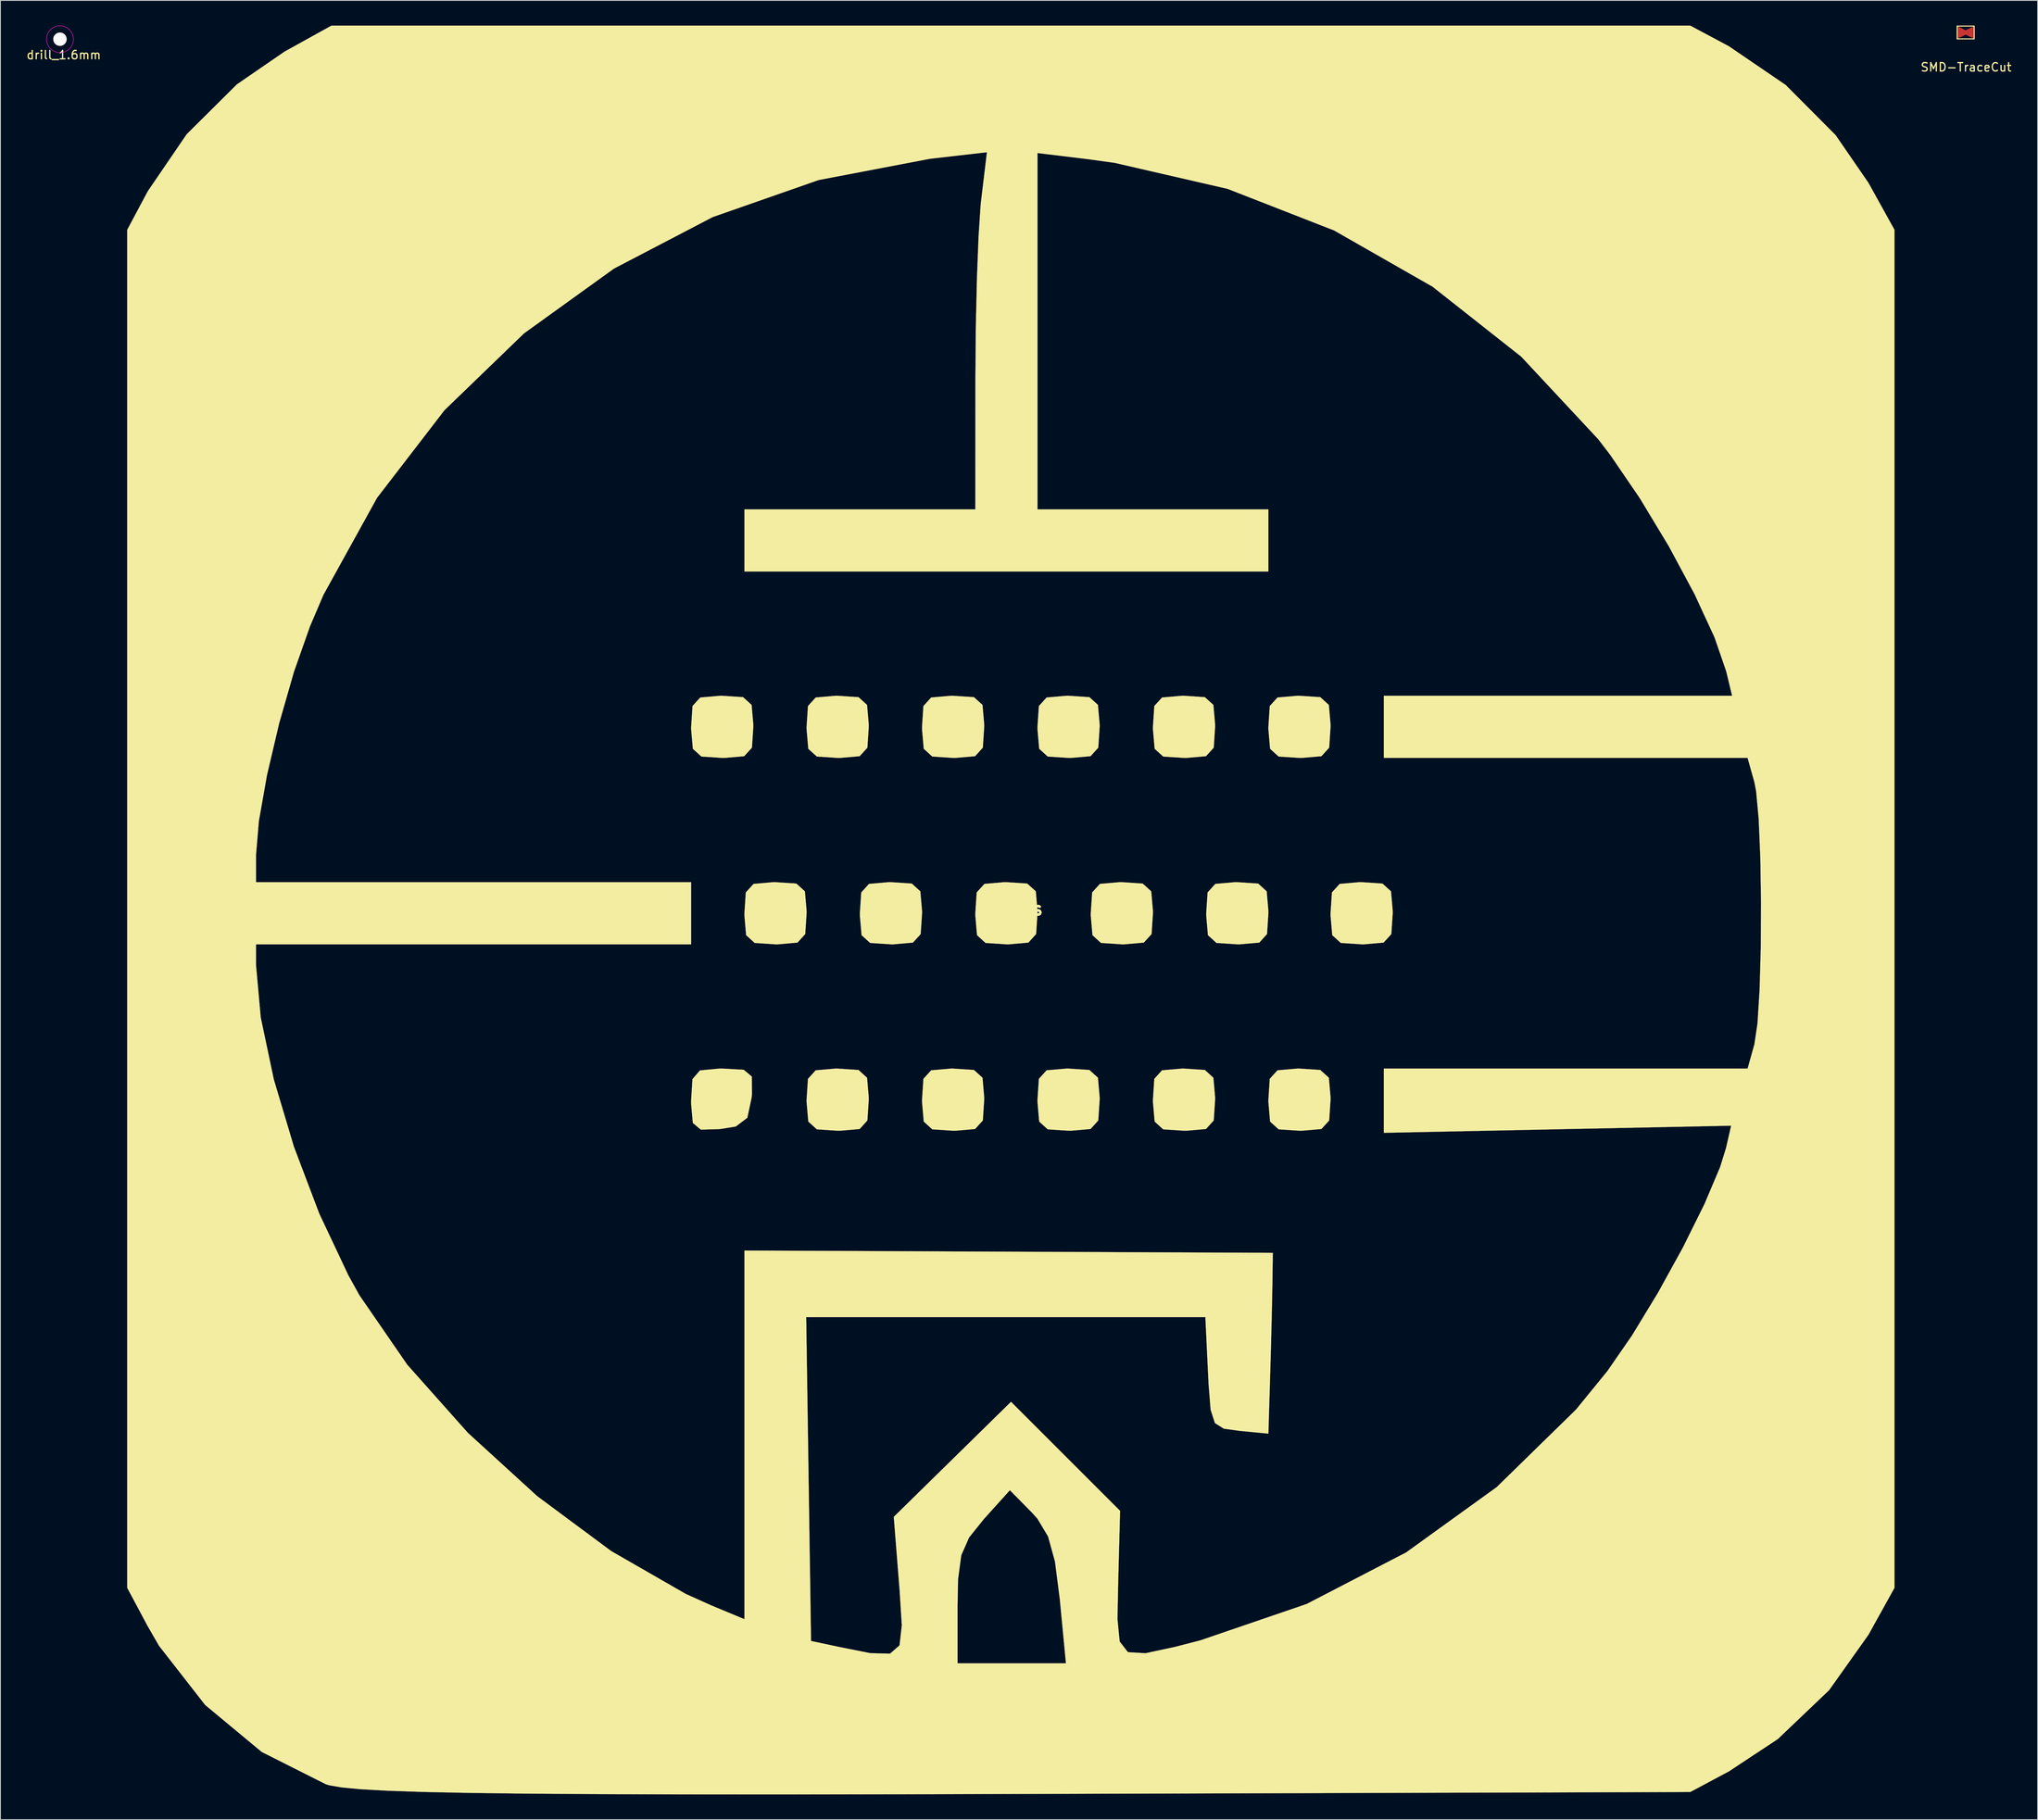
<source format=kicad_pcb>
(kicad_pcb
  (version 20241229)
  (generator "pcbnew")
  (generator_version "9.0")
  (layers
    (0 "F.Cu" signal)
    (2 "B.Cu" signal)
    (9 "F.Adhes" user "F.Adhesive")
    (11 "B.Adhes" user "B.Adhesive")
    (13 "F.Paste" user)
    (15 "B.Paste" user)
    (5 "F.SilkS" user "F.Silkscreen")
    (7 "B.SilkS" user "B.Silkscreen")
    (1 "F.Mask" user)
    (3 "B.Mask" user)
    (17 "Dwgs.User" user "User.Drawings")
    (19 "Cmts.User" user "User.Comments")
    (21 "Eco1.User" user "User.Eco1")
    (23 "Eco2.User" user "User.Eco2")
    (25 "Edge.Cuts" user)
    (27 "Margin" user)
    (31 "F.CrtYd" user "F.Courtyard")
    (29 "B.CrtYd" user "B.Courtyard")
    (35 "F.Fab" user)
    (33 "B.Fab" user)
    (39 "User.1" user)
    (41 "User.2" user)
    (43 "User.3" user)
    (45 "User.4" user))
  (footprint "SMD-TraceCut"
    (layer "F.Cu")
    (at 231.204 0.822)
    (property "Reference" "SMD-TraceCut" (at 0.051 4.14 0) (layer "F.SilkS") (effects (font (size 1 1) (thickness 0.15))))
    (attr through_hole)
    (fp_line (start -1.016 -0.762) (end 1.016 -0.762) (stroke (width 0.12) (type solid)) (layer "F.SilkS"))
    (fp_line (start -1.016 0.762) (end -1.016 -0.762) (stroke (width 0.12) (type solid)) (layer "F.SilkS"))
    (fp_line (start 1.016 -0.762) (end 1.016 0.762) (stroke (width 0.12) (type solid)) (layer "F.SilkS"))
    (fp_line (start 1.016 0.762) (end -1.016 0.762) (stroke (width 0.12) (type solid)) (layer "F.SilkS"))
    (pad "1" smd trapezoid (at -0.483 0 270) (size 1 1) (rect_delta 0 0.5) (layers "F.Cu" "F.Mask" "F.Paste"))
    (pad "1" smd trapezoid (at 0.483 0 90) (size 1 1) (rect_delta 0 0.5) (layers "F.Cu" "F.Mask" "F.Paste")))
  (footprint "hegars"
    (layer "F.Cu")
    (at 117.416 105.309)
    (property "Reference" "hegars" (at 0 0 0) (layer "F.SilkS") (effects (font (size 1.524 1.524) (thickness 0.3))))
    (attr through_hole)
    (fp_poly (pts (xy -31.834 19.19) (xy -30.869 20) (xy -30.85 22.065) (xy -30.889 22.49) (xy -31.402 24.914) (xy -32.782 25.958) (xy -34.66 26.261) (xy -36.949 26.328) (xy -37.9 25.531) (xy -38.099 23.286) (xy -38.1 22.821) (xy -37.946 20.309) (xy -37.052 19.268) (xy -34.776 19.051) (xy -34.329 19.05) (xy -31.834 19.19)) (stroke (width 0.01) (type solid)) (fill yes) (layer "F.SilkS"))
    (fp_poly (pts (xy -31.913 -25.236) (xy -30.895 -24.312) (xy -30.692 -21.978) (xy -30.692 -21.696) (xy -30.855 -19.213) (xy -31.78 -18.195) (xy -34.114 -17.992) (xy -34.396 -17.992) (xy -36.878 -18.155) (xy -37.897 -19.08) (xy -38.1 -21.414) (xy -38.1 -21.696) (xy -37.936 -24.178) (xy -37.012 -25.197) (xy -34.678 -25.4) (xy -34.396 -25.4) (xy -31.913 -25.236)) (stroke (width 0.01) (type solid)) (fill yes) (layer "F.SilkS"))
    (fp_poly (pts (xy -25.563 -3.011) (xy -24.545 -2.087) (xy -24.342 0.247) (xy -24.342 0.529) (xy -24.505 3.012) (xy -25.43 4.03) (xy -27.764 4.233) (xy -28.046 4.233) (xy -30.528 4.07) (xy -31.547 3.145) (xy -31.75 0.811) (xy -31.75 0.529) (xy -31.586 -1.953) (xy -30.662 -2.972) (xy -28.328 -3.175) (xy -28.046 -3.175) (xy -25.563 -3.011)) (stroke (width 0.01) (type solid)) (fill yes) (layer "F.SilkS"))
    (fp_poly (pts (xy -18.155 -25.236) (xy -17.137 -24.312) (xy -16.934 -21.978) (xy -16.933 -21.696) (xy -17.097 -19.213) (xy -18.021 -18.195) (xy -20.356 -17.992) (xy -20.637 -17.992) (xy -23.12 -18.155) (xy -24.138 -19.08) (xy -24.341 -21.414) (xy -24.342 -21.696) (xy -24.178 -24.178) (xy -23.254 -25.197) (xy -20.919 -25.4) (xy -20.637 -25.4) (xy -18.155 -25.236)) (stroke (width 0.01) (type solid)) (fill yes) (layer "F.SilkS"))
    (fp_poly (pts (xy -18.155 19.214) (xy -17.137 20.138) (xy -16.934 22.472) (xy -16.933 22.754) (xy -17.097 25.237) (xy -18.021 26.255) (xy -20.356 26.458) (xy -20.637 26.458) (xy -23.12 26.295) (xy -24.138 25.37) (xy -24.341 23.036) (xy -24.342 22.754) (xy -24.178 20.272) (xy -23.254 19.253) (xy -20.919 19.05) (xy -20.637 19.05) (xy -18.155 19.214)) (stroke (width 0.01) (type solid)) (fill yes) (layer "F.SilkS"))
    (fp_poly (pts (xy -11.805 -3.011) (xy -10.787 -2.087) (xy -10.584 0.247) (xy -10.583 0.529) (xy -10.747 3.012) (xy -11.671 4.03) (xy -14.006 4.233) (xy -14.287 4.233) (xy -16.77 4.07) (xy -17.788 3.145) (xy -17.991 0.811) (xy -17.992 0.529) (xy -17.828 -1.953) (xy -16.904 -2.972) (xy -14.569 -3.175) (xy -14.287 -3.175) (xy -11.805 -3.011)) (stroke (width 0.01) (type solid)) (fill yes) (layer "F.SilkS"))
    (fp_poly (pts (xy -4.397 -25.236) (xy -3.378 -24.312) (xy -3.175 -21.978) (xy -3.175 -21.696) (xy -3.339 -19.213) (xy -4.263 -18.195) (xy -6.597 -17.992) (xy -6.879 -17.992) (xy -9.362 -18.155) (xy -10.38 -19.08) (xy -10.583 -21.414) (xy -10.583 -21.696) (xy -10.42 -24.178) (xy -9.495 -25.197) (xy -7.161 -25.4) (xy -6.879 -25.4) (xy -4.397 -25.236)) (stroke (width 0.01) (type solid)) (fill yes) (layer "F.SilkS"))
    (fp_poly (pts (xy -4.397 19.214) (xy -3.378 20.138) (xy -3.175 22.472) (xy -3.175 22.754) (xy -3.339 25.237) (xy -4.263 26.255) (xy -6.597 26.458) (xy -6.879 26.458) (xy -9.362 26.295) (xy -10.38 25.37) (xy -10.583 23.036) (xy -10.583 22.754) (xy -10.42 20.272) (xy -9.495 19.253) (xy -7.161 19.05) (xy -6.879 19.05) (xy -4.397 19.214)) (stroke (width 0.01) (type solid)) (fill yes) (layer "F.SilkS"))
    (fp_poly (pts (xy 1.953 -3.011) (xy 2.972 -2.087) (xy 3.175 0.247) (xy 3.175 0.529) (xy 3.011 3.012) (xy 2.087 4.03) (xy -0.247 4.233) (xy -0.529 4.233) (xy -3.012 4.07) (xy -4.03 3.145) (xy -4.233 0.811) (xy -4.233 0.529) (xy -4.07 -1.953) (xy -3.145 -2.972) (xy -0.811 -3.175) (xy -0.529 -3.175) (xy 1.953 -3.011)) (stroke (width 0.01) (type solid)) (fill yes) (layer "F.SilkS"))
    (fp_poly (pts (xy 9.362 -25.236) (xy 10.38 -24.312) (xy 10.583 -21.978) (xy 10.583 -21.696) (xy 10.42 -19.213) (xy 9.495 -18.195) (xy 7.161 -17.992) (xy 6.879 -17.992) (xy 4.397 -18.155) (xy 3.378 -19.08) (xy 3.175 -21.414) (xy 3.175 -21.696) (xy 3.339 -24.178) (xy 4.263 -25.197) (xy 6.597 -25.4) (xy 6.879 -25.4) (xy 9.362 -25.236)) (stroke (width 0.01) (type solid)) (fill yes) (layer "F.SilkS"))
    (fp_poly (pts (xy 9.362 19.214) (xy 10.38 20.138) (xy 10.583 22.472) (xy 10.583 22.754) (xy 10.42 25.237) (xy 9.495 26.255) (xy 7.161 26.458) (xy 6.879 26.458) (xy 4.397 26.295) (xy 3.378 25.37) (xy 3.175 23.036) (xy 3.175 22.754) (xy 3.339 20.272) (xy 4.263 19.253) (xy 6.597 19.05) (xy 6.879 19.05) (xy 9.362 19.214)) (stroke (width 0.01) (type solid)) (fill yes) (layer "F.SilkS"))
    (fp_poly (pts (xy 15.712 -3.011) (xy 16.73 -2.087) (xy 16.933 0.247) (xy 16.933 0.529) (xy 16.77 3.012) (xy 15.845 4.03) (xy 13.511 4.233) (xy 13.229 4.233) (xy 10.747 4.07) (xy 9.728 3.145) (xy 9.525 0.811) (xy 9.525 0.529) (xy 9.689 -1.953) (xy 10.613 -2.972) (xy 12.947 -3.175) (xy 13.229 -3.175) (xy 15.712 -3.011)) (stroke (width 0.01) (type solid)) (fill yes) (layer "F.SilkS"))
    (fp_poly (pts (xy 23.12 -25.236) (xy 24.138 -24.312) (xy 24.341 -21.978) (xy 24.342 -21.696) (xy 24.178 -19.213) (xy 23.254 -18.195) (xy 20.919 -17.992) (xy 20.637 -17.992) (xy 18.155 -18.155) (xy 17.137 -19.08) (xy 16.934 -21.414) (xy 16.933 -21.696) (xy 17.097 -24.178) (xy 18.021 -25.197) (xy 20.356 -25.4) (xy 20.637 -25.4) (xy 23.12 -25.236)) (stroke (width 0.01) (type solid)) (fill yes) (layer "F.SilkS"))
    (fp_poly (pts (xy 23.12 19.214) (xy 24.138 20.138) (xy 24.341 22.472) (xy 24.342 22.754) (xy 24.178 25.237) (xy 23.254 26.255) (xy 20.919 26.458) (xy 20.637 26.458) (xy 18.155 26.295) (xy 17.137 25.37) (xy 16.934 23.036) (xy 16.933 22.754) (xy 17.097 20.272) (xy 18.021 19.253) (xy 20.356 19.05) (xy 20.637 19.05) (xy 23.12 19.214)) (stroke (width 0.01) (type solid)) (fill yes) (layer "F.SilkS"))
    (fp_poly (pts (xy 29.47 -3.011) (xy 30.488 -2.087) (xy 30.691 0.247) (xy 30.692 0.529) (xy 30.528 3.012) (xy 29.604 4.03) (xy 27.269 4.233) (xy 26.988 4.233) (xy 24.505 4.07) (xy 23.487 3.145) (xy 23.284 0.811) (xy 23.283 0.529) (xy 23.447 -1.953) (xy 24.371 -2.972) (xy 26.706 -3.175) (xy 26.988 -3.175) (xy 29.47 -3.011)) (stroke (width 0.01) (type solid)) (fill yes) (layer "F.SilkS"))
    (fp_poly (pts (xy 36.878 -25.236) (xy 37.897 -24.312) (xy 38.1 -21.978) (xy 38.1 -21.696) (xy 37.936 -19.213) (xy 37.012 -18.195) (xy 34.678 -17.992) (xy 34.396 -17.992) (xy 31.913 -18.155) (xy 30.895 -19.08) (xy 30.692 -21.414) (xy 30.692 -21.696) (xy 30.855 -24.178) (xy 31.78 -25.197) (xy 34.114 -25.4) (xy 34.396 -25.4) (xy 36.878 -25.236)) (stroke (width 0.01) (type solid)) (fill yes) (layer "F.SilkS"))
    (fp_poly (pts (xy 36.878 19.214) (xy 37.897 20.138) (xy 38.1 22.472) (xy 38.1 22.754) (xy 37.936 25.237) (xy 37.012 26.255) (xy 34.678 26.458) (xy 34.396 26.458) (xy 31.913 26.295) (xy 30.895 25.37) (xy 30.692 23.036) (xy 30.692 22.754) (xy 30.855 20.272) (xy 31.78 19.253) (xy 34.114 19.05) (xy 34.396 19.05) (xy 36.878 19.214)) (stroke (width 0.01) (type solid)) (fill yes) (layer "F.SilkS"))
    (fp_poly (pts (xy 44.287 -3.011) (xy 45.305 -2.087) (xy 45.508 0.247) (xy 45.508 0.529) (xy 45.345 3.012) (xy 44.42 4.03) (xy 42.086 4.233) (xy 41.804 4.233) (xy 39.322 4.07) (xy 38.303 3.145) (xy 38.1 0.811) (xy 38.1 0.529) (xy 38.264 -1.953) (xy 39.188 -2.972) (xy 41.522 -3.175) (xy 41.804 -3.175) (xy 44.287 -3.011)) (stroke (width 0.01) (type solid)) (fill yes) (layer "F.SilkS"))
    (fp_poly (pts (xy 85.566 -102.848) (xy 92.342 -98.227) (xy 98.292 -92.245) (xy 102.203 -86.559) (xy 105.304 -80.963) (xy 105.304 80.963) (xy 102.203 86.559) (xy 97.511 93.167) (xy 91.398 98.995) (xy 85.566 102.848) (xy 80.963 105.304) (xy 1.587 105.536) (xy -13.945 105.574) (xy -27.49 105.592) (xy -39.177 105.586) (xy -49.133 105.556) (xy -57.488 105.499) (xy -64.371 105.414) (xy -69.911 105.3) (xy -74.237 105.153) (xy -77.477 104.973) (xy -79.761 104.757) (xy -81.216 104.505) (xy -81.616 104.386) (xy -89.275 100.527) (xy -96.017 94.925) (xy -101.517 87.867) (xy -102.877 85.508) (xy -105.304 80.963) (xy -105.304 -6.395) (xy -89.958 -6.395) (xy -89.958 -3.175) (xy -38.1 -3.175) (xy -38.1 4.233) (xy -89.958 4.233) (xy -89.958 6.685) (xy -89.395 12.944) (xy -87.828 20.365) (xy -85.441 28.357) (xy -82.421 36.331) (xy -78.95 43.697) (xy -77.627 46.084) (xy -71.935 54.351) (xy -64.708 62.478) (xy -56.439 70.032) (xy -47.621 76.578) (xy -38.745 81.682) (xy -35.719 83.046) (xy -31.75 84.695) (xy -31.75 62.72) (xy -31.75 40.746) (xy -0.265 40.882) (xy 31.221 41.018) (xy 31.168 44.851) (xy 31.106 48.002) (xy 31.001 52.225) (xy 30.903 55.63) (xy 30.692 62.576) (xy 27.252 62.244) (xy 25.374 61.982) (xy 24.318 61.313) (xy 23.808 59.726) (xy 23.566 56.707) (xy 23.497 55.298) (xy 23.182 48.683) (xy -24.389 48.683) (xy -24.101 67.988) (xy -23.812 87.293) (xy -20.637 87.971) (xy -16.743 88.749) (xy -14.399 88.811) (xy -13.264 87.819) (xy -12.996 85.434) (xy -13.141 83.096) (xy -6.35 83.096) (xy -6.35 89.958) (xy 6.565 89.958) (xy 5.831 82.285) (xy 5.257 77.818) (xy 4.436 74.837) (xy 3.164 72.71) (xy 2.492 71.967) (xy -0.114 69.321) (xy -3.232 72.777) (xy -4.97 74.949) (xy -5.91 77.078) (xy -6.291 79.943) (xy -6.35 83.096) (xy -13.141 83.096) (xy -13.252 81.317) (xy -13.301 80.698) (xy -13.952 72.496) (xy -6.966 65.637) (xy 0.02 58.779) (xy 6.519 65.278) (xy 13.018 71.777) (xy 12.792 80.338) (xy 12.704 84.685) (xy 12.969 87.363) (xy 13.957 88.633) (xy 16.041 88.756) (xy 19.593 87.994) (xy 22.599 87.216) (xy 35.251 82.886) (xy 47.113 76.735) (xy 57.906 68.946) (xy 67.35 59.707) (xy 71.084 55.126) (xy 74.022 50.873) (xy 77.127 45.765) (xy 80.107 40.352) (xy 82.667 35.187) (xy 84.515 30.821) (xy 85.226 28.539) (xy 85.84 25.858) (xy 65.145 26.284) (xy 44.45 26.709) (xy 44.45 19.05) (xy 87.801 19.05) (xy 88.614 16.14) (xy 88.979 13.668) (xy 89.232 9.646) (xy 89.372 4.636) (xy 89.401 -0.801) (xy 89.318 -6.101) (xy 89.123 -10.701) (xy 88.815 -14.04) (xy 88.614 -15.081) (xy 87.801 -17.992) (xy 44.45 -17.992) (xy 44.45 -25.4) (xy 85.954 -25.4) (xy 85.255 -28.31) (xy 83.861 -32.362) (xy 81.474 -37.527) (xy 78.401 -43.247) (xy 74.95 -48.965) (xy 71.428 -54.125) (xy 70.007 -55.983) (xy 60.82 -65.838) (xy 50.256 -74.176) (xy 38.523 -80.881) (xy 25.827 -85.841) (xy 12.376 -88.941) (xy 9.26 -89.372) (xy 3.175 -90.111) (xy 3.175 -47.625) (xy 30.692 -47.625) (xy 30.692 -40.217) (xy -31.75 -40.217) (xy -31.75 -47.625) (xy -4.233 -47.625) (xy -4.224 -63.235) (xy -4.174 -69.324) (xy -4.041 -75.167) (xy -3.846 -80.195) (xy -3.605 -83.835) (xy -3.533 -84.525) (xy -2.851 -90.204) (xy -9.628 -89.429) (xy -22.906 -86.892) (xy -35.528 -82.477) (xy -47.298 -76.333) (xy -58.019 -68.608) (xy -67.495 -59.45) (xy -75.529 -49.007) (xy -81.925 -37.429) (xy -83.524 -33.68) (xy -85.439 -28.245) (xy -87.197 -22.118) (xy -88.642 -15.971) (xy -89.615 -10.472) (xy -89.958 -6.395) (xy -105.304 -6.395) (xy -105.304 -80.963) (xy -102.848 -85.566) (xy -98.227 -92.342) (xy -92.245 -98.292) (xy -86.559 -102.203) (xy -80.963 -105.304) (xy 80.963 -105.304) (xy 85.566 -102.848)) (stroke (width 0.01) (type solid)) (fill yes) (layer "F.SilkS")))
  (footprint "drill_1.6mm"
    (layer "F.Cu")
    (at 4.096 1.625)
    (property "Reference" "drill_1.6mm" (at 0.457 1.88 0) (layer "F.SilkS") (effects (font (size 1 1) (thickness 0.15))))
    (attr through_hole)
    (fp_circle (center 0 0) (end 1.6 0) (stroke (width 0.05) (type solid)) (fill no) (layer "F.CrtYd"))
    (pad "" np_thru_hole circle (at 0 0) (size 1.6 1.6) (drill 1.6) (layers "*.Cu" "*.Mask")))
  (gr_rect
    (start -3 -3)
    (end 239.785 213.906)
    (stroke (width 0.1) (type default))
    (fill no)
    (layer "Edge.Cuts")))
</source>
